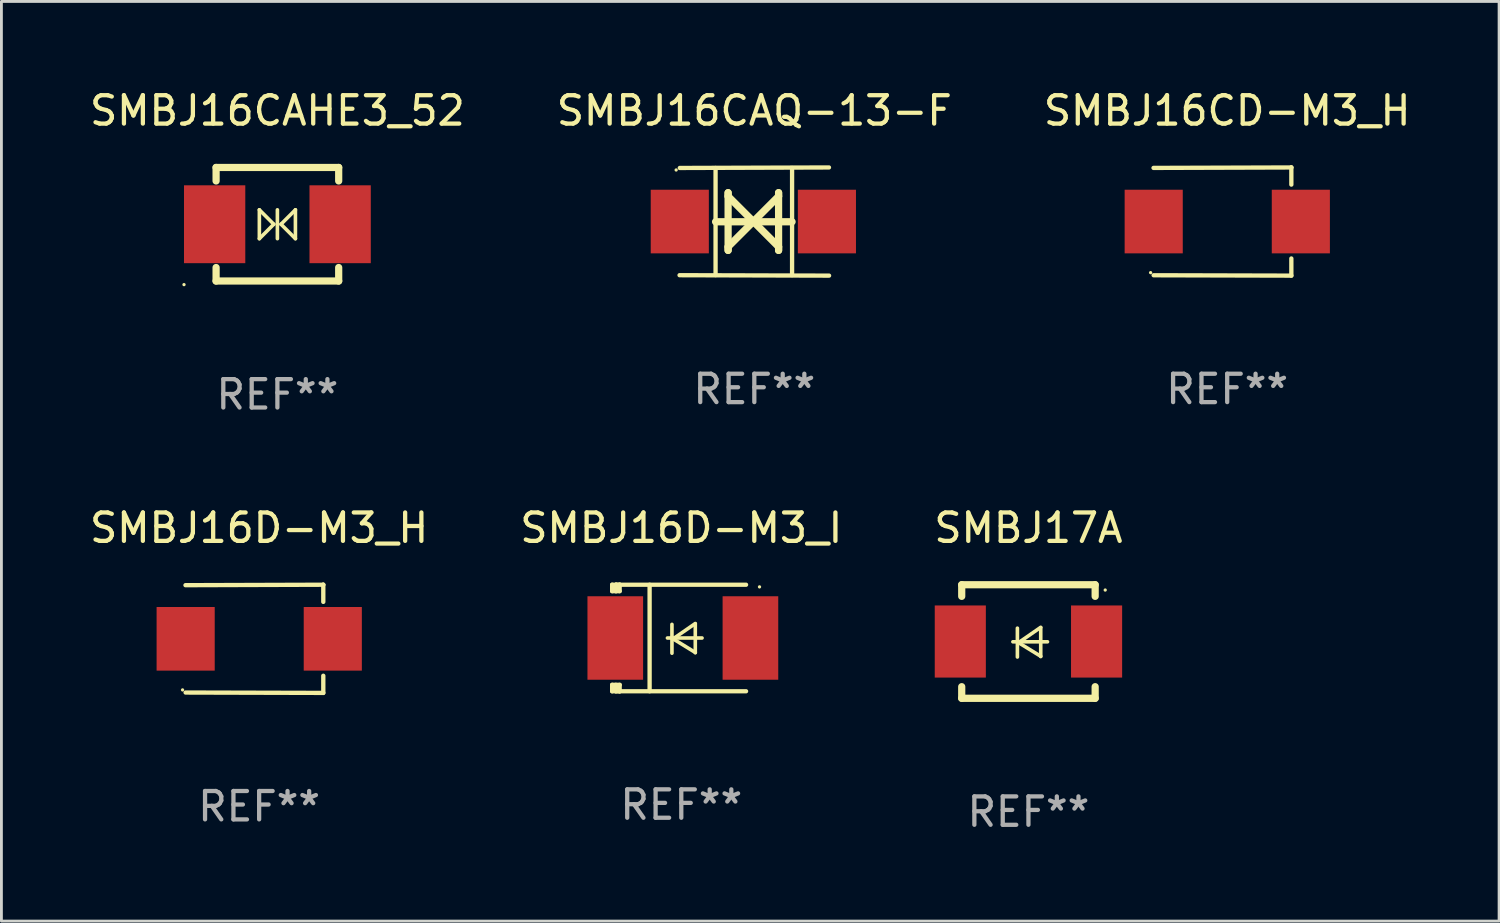
<source format=kicad_pcb>
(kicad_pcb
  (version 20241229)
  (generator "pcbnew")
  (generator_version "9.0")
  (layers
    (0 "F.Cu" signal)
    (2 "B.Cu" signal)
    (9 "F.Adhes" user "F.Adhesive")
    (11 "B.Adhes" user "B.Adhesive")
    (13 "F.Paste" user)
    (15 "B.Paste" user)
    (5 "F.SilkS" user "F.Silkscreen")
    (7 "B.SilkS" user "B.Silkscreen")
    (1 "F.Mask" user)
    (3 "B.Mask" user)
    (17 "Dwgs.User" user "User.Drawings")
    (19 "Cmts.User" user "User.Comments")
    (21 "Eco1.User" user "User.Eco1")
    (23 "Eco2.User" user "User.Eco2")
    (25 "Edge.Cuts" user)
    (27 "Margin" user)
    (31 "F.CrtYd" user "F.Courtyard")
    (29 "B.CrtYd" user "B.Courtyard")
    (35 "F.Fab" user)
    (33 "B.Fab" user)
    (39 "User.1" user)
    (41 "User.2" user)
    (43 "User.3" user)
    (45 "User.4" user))
  (footprint "SMBJ17A"
    (layer "F.Cu")
    (at 33.173 19.545)
    (property "Reference" "SMBJ17A" (at 0 -4 0) (layer "F.SilkS") (effects (font (size 1 1) (thickness 0.15))))
    (attr through_hole)
    (fp_line (start -2.35 -2) (end -2.35 -1.591) (stroke (width 0.254) (type solid)) (layer "F.SilkS"))
    (fp_line (start -2.35 -2) (end 2.35 -2) (stroke (width 0.254) (type solid)) (layer "F.SilkS"))
    (fp_line (start -2.35 1.591) (end -2.35 2) (stroke (width 0.254) (type solid)) (layer "F.SilkS"))
    (fp_line (start -2.35 2) (end 2.35 2) (stroke (width 0.254) (type solid)) (layer "F.SilkS"))
    (fp_line (start -0.548 0.01) (end 0.671 0.01) (stroke (width 0.127) (type solid)) (layer "F.SilkS"))
    (fp_line (start -0.389 -0.47) (end -0.389 0.546) (stroke (width 0.127) (type solid)) (layer "F.SilkS"))
    (fp_line (start -0.35 0.04) (end 0.433 0.52) (stroke (width 0.127) (type solid)) (layer "F.SilkS"))
    (fp_line (start 0.433 -0.5) (end -0.35 0.04) (stroke (width 0.127) (type solid)) (layer "F.SilkS"))
    (fp_line (start 0.433 0.53) (end 0.433 -0.486) (stroke (width 0.127) (type solid)) (layer "F.SilkS"))
    (fp_line (start 2.35 -2) (end 2.35 -1.591) (stroke (width 0.254) (type solid)) (layer "F.SilkS"))
    (fp_line (start 2.35 1.591) (end 2.35 2) (stroke (width 0.254) (type solid)) (layer "F.SilkS"))
    (fp_circle (center 2.704 -1.813) (end 2.734 -1.813) (stroke (width 0.06) (type solid)) (fill no) (layer "F.SilkS"))
    (fp_text user "REF**" (at 0 6 0) (layer "F.Fab") (effects (font (size 1 1) (thickness 0.15))))
    (pad "1" smd rect (at 2.4 0) (size 1.8 2.54) (layers "F.Cu" "F.Mask" "F.Paste"))
    (pad "2" smd rect (at -2.4 0) (size 1.8 2.54) (layers "F.Cu" "F.Mask" "F.Paste")))
  (footprint "SMBJ16D-M3_I"
    (layer "F.Cu")
    (at 20.946 19.421)
    (property "Reference" "SMBJ16D-M3_I" (at 0 -3.876 0) (layer "F.SilkS") (effects (font (size 1 1) (thickness 0.15))))
    (attr through_hole)
    (fp_line (start -2.435 1.65) (end -2.171 1.65) (stroke (width 0.152) (type solid)) (layer "F.SilkS"))
    (fp_line (start -2.435 1.876) (end -2.435 1.65) (stroke (width 0.152) (type solid)) (layer "F.SilkS"))
    (fp_line (start -2.435 -1.876) (end -2.171 -1.876) (stroke (width 0.152) (type solid)) (layer "F.SilkS"))
    (fp_line (start -2.435 -1.65) (end -2.435 -1.876) (stroke (width 0.152) (type solid)) (layer "F.SilkS"))
    (fp_line (start -2.305 -1.866) (end -2.295 -1.876) (stroke (width 0.152) (type solid)) (layer "F.SilkS"))
    (fp_line (start -2.305 -1.65) (end -2.305 -1.866) (stroke (width 0.152) (type solid)) (layer "F.SilkS"))
    (fp_line (start -2.305 1.876) (end -2.305 1.65) (stroke (width 0.152) (type solid)) (layer "F.SilkS"))
    (fp_line (start -2.295 -1.876) (end -2.295 -1.65) (stroke (width 0.152) (type solid)) (layer "F.SilkS"))
    (fp_line (start -2.171 1.876) (end -2.435 1.876) (stroke (width 0.152) (type solid)) (layer "F.SilkS"))
    (fp_line (start -2.171 -1.65) (end -2.435 -1.65) (stroke (width 0.152) (type solid)) (layer "F.SilkS"))
    (fp_line (start -2.171 -1.876) (end -2.295 -1.876) (stroke (width 0.152) (type solid)) (layer "F.SilkS"))
    (fp_line (start -2.171 -1.65) (end -2.171 -1.876) (stroke (width 0.152) (type solid)) (layer "F.SilkS"))
    (fp_line (start -2.171 1.876) (end -2.305 1.876) (stroke (width 0.152) (type solid)) (layer "F.SilkS"))
    (fp_line (start -2.171 1.876) (end -2.171 1.65) (stroke (width 0.152) (type solid)) (layer "F.SilkS"))
    (fp_line (start -1.116 1.876) (end -1.116 -1.876) (stroke (width 0.152) (type solid)) (layer "F.SilkS"))
    (fp_line (start -0.488 0.000102) (end 0.731 0.000102) (stroke (width 0.127) (type solid)) (layer "F.SilkS"))
    (fp_line (start -0.329 -0.48) (end -0.329 0.536) (stroke (width 0.127) (type solid)) (layer "F.SilkS"))
    (fp_line (start -0.29 0.03) (end 0.493 0.51) (stroke (width 0.127) (type solid)) (layer "F.SilkS"))
    (fp_line (start 0.493 -0.51) (end -0.29 0.03) (stroke (width 0.127) (type solid)) (layer "F.SilkS"))
    (fp_line (start 0.493 0.52) (end 0.493 -0.496) (stroke (width 0.127) (type solid)) (layer "F.SilkS"))
    (fp_line (start 2.281 -1.876) (end -2.171 -1.876) (stroke (width 0.152) (type solid)) (layer "F.SilkS"))
    (fp_line (start 2.281 1.876) (end -2.171 1.876) (stroke (width 0.152) (type solid)) (layer "F.SilkS"))
    (fp_circle (center 2.755 -1.8) (end 2.785 -1.8) (stroke (width 0.06) (type solid)) (fill no) (layer "F.SilkS"))
    (fp_text user "REF**" (at 0 5.876 0) (layer "F.Fab") (effects (font (size 1 1) (thickness 0.15))))
    (pad "1" smd rect (at 2.435 -0.000025 180) (size 1.96 2.94) (layers "F.Cu" "F.Mask" "F.Paste"))
    (pad "2" smd rect (at -2.325 -0.000025 180) (size 1.96 2.94) (layers "F.Cu" "F.Mask" "F.Paste")))
  (footprint "SMBJ16CAHE3_52"
    (layer "F.Cu")
    (at 6.72 4.848)
    (property "Reference" "SMBJ16CAHE3_52" (at 0 -4 0) (layer "F.SilkS") (effects (font (size 1 1) (thickness 0.15))))
    (attr through_hole)
    (fp_line (start -2.159 -2) (end 2.159 -2) (stroke (width 0.254) (type solid)) (layer "F.SilkS"))
    (fp_line (start -2.159 -1.524) (end -2.159 -2) (stroke (width 0.254) (type solid)) (layer "F.SilkS"))
    (fp_line (start -2.159 1.524) (end -2.159 2) (stroke (width 0.254) (type solid)) (layer "F.SilkS"))
    (fp_line (start -2.159 2) (end 2.159 2) (stroke (width 0.254) (type solid)) (layer "F.SilkS"))
    (fp_line (start -0.635 -0.508) (end -0.127 0) (stroke (width 0.127) (type solid)) (layer "F.SilkS"))
    (fp_line (start -0.635 0.508) (end -0.635 -0.508) (stroke (width 0.127) (type solid)) (layer "F.SilkS"))
    (fp_line (start -0.127 0) (end -0.635 0.508) (stroke (width 0.127) (type solid)) (layer "F.SilkS"))
    (fp_line (start 0 0.508) (end 0 -0.508) (stroke (width 0.127) (type solid)) (layer "F.SilkS"))
    (fp_line (start 0.127 0) (end 0.635 -0.508) (stroke (width 0.127) (type solid)) (layer "F.SilkS"))
    (fp_line (start 0.635 -0.508) (end 0.635 0.508) (stroke (width 0.127) (type solid)) (layer "F.SilkS"))
    (fp_line (start 0.635 0.508) (end 0.127 0) (stroke (width 0.127) (type solid)) (layer "F.SilkS"))
    (fp_line (start 2.159 -2) (end 2.159 -1.524) (stroke (width 0.254) (type solid)) (layer "F.SilkS"))
    (fp_line (start 2.159 2) (end 2.159 1.524) (stroke (width 0.254) (type solid)) (layer "F.SilkS"))
    (fp_circle (center -3.289 2.127) (end -3.259 2.127) (stroke (width 0.06) (type solid)) (fill no) (layer "F.SilkS"))
    (fp_text user "REF**" (at 0 6 0) (layer "F.Fab") (effects (font (size 1 1) (thickness 0.15))))
    (pad "1" smd rect (at -2.21 0 180) (size 2.159 2.743) (layers "F.Cu" "F.Mask" "F.Paste"))
    (pad "2" smd rect (at 2.21 0 180) (size 2.159 2.743) (layers "F.Cu" "F.Mask" "F.Paste")))
  (footprint "SMBJ16D-M3_H"
    (layer "F.Cu")
    (at 6.077 19.45)
    (property "Reference" "SMBJ16D-M3_H" (at 0 -3.905 0) (layer "F.SilkS") (effects (font (size 1 1) (thickness 0.15))))
    (attr through_hole)
    (fp_line (start 2.256 -1.905) (end -2.594 -1.889) (stroke (width 0.152) (type solid)) (layer "F.SilkS"))
    (fp_line (start 2.256 -1.905) (end 2.26 -1.905) (stroke (width 0.152) (type solid)) (layer "F.SilkS"))
    (fp_line (start 2.26 -1.905) (end 2.26 -1.301) (stroke (width 0.152) (type solid)) (layer "F.SilkS"))
    (fp_line (start 2.26 1.301) (end 2.26 1.905) (stroke (width 0.152) (type solid)) (layer "F.SilkS"))
    (fp_line (start 2.26 1.905) (end -2.59 1.892) (stroke (width 0.152) (type solid)) (layer "F.SilkS"))
    (fp_circle (center -2.697 1.8) (end -2.667 1.8) (stroke (width 0.06) (type solid)) (fill no) (layer "F.SilkS"))
    (fp_text user "REF**" (at 0 5.905 0) (layer "F.Fab") (effects (font (size 1 1) (thickness 0.15))))
    (pad "1" smd rect (at -2.588 0) (size 2.047 2.241) (layers "F.Cu" "F.Mask" "F.Paste"))
    (pad "2" smd rect (at 2.594 0) (size 2.047 2.241) (layers "F.Cu" "F.Mask" "F.Paste")))
  (footprint "SMBJ16CAQ-13-F"
    (layer "F.Cu")
    (at 23.518 4.753)
    (property "Reference" "SMBJ16CAQ-13-F" (at 0 -3.905 0) (layer "F.SilkS") (effects (font (size 1 1) (thickness 0.15))))
    (attr through_hole)
    (fp_line (start -1.365 1.886) (end -1.365 -1.886) (stroke (width 0.152) (type solid)) (layer "F.SilkS"))
    (fp_line (start -1.365 0.008) (end 1.33 0.008) (stroke (width 0.254) (type solid)) (layer "F.SilkS"))
    (fp_line (start -0.923 -1.016) (end -0.923 1.016) (stroke (width 0.254) (type solid)) (layer "F.SilkS"))
    (fp_line (start -0.923 -0.889) (end -0.923 -1.016) (stroke (width 0.254) (type solid)) (layer "F.SilkS"))
    (fp_line (start -0.923 0.889) (end -0.034 0) (stroke (width 0.254) (type solid)) (layer "F.SilkS"))
    (fp_line (start -0.923 1.016) (end -0.923 0.889) (stroke (width 0.254) (type solid)) (layer "F.SilkS"))
    (fp_line (start -0.034 0) (end -0.923 -0.889) (stroke (width 0.254) (type solid)) (layer "F.SilkS"))
    (fp_line (start -0.034 0) (end 0.855 0.889) (stroke (width 0.254) (type solid)) (layer "F.SilkS"))
    (fp_line (start 0.855 -1.016) (end 0.855 -0.889) (stroke (width 0.254) (type solid)) (layer "F.SilkS"))
    (fp_line (start 0.855 -0.889) (end -0.034 0) (stroke (width 0.254) (type solid)) (layer "F.SilkS"))
    (fp_line (start 0.855 0.889) (end 0.855 1.016) (stroke (width 0.254) (type solid)) (layer "F.SilkS"))
    (fp_line (start 0.855 1.016) (end 0.855 -1.016) (stroke (width 0.254) (type solid)) (layer "F.SilkS"))
    (fp_line (start 1.33 1.886) (end 1.33 -1.886) (stroke (width 0.152) (type solid)) (layer "F.SilkS"))
    (fp_line (start 2.629 -1.905) (end -2.625 -1.887) (stroke (width 0.152) (type solid)) (layer "F.SilkS"))
    (fp_line (start 2.633 1.905) (end -2.633 1.89) (stroke (width 0.152) (type solid)) (layer "F.SilkS"))
    (fp_circle (center -2.753 -1.816) (end -2.723 -1.816) (stroke (width 0.06) (type solid)) (fill no) (layer "F.SilkS"))
    (fp_text user "REF**" (at 0 5.905 0) (layer "F.Fab") (effects (font (size 1 1) (thickness 0.15))))
    (pad "1" smd rect (at -2.625 0) (size 2.047 2.241) (layers "F.Cu" "F.Mask" "F.Paste"))
    (pad "2" smd rect (at 2.557 0) (size 2.047 2.241) (layers "F.Cu" "F.Mask" "F.Paste")))
  (footprint "SMBJ16CD-M3_H"
    (layer "F.Cu")
    (at 40.173 4.753)
    (property "Reference" "SMBJ16CD-M3_H" (at 0 -3.905 0) (layer "F.SilkS") (effects (font (size 1 1) (thickness 0.15))))
    (attr through_hole)
    (fp_line (start 2.256 -1.905) (end -2.594 -1.889) (stroke (width 0.152) (type solid)) (layer "F.SilkS"))
    (fp_line (start 2.256 -1.905) (end 2.26 -1.905) (stroke (width 0.152) (type solid)) (layer "F.SilkS"))
    (fp_line (start 2.26 -1.905) (end 2.26 -1.301) (stroke (width 0.152) (type solid)) (layer "F.SilkS"))
    (fp_line (start 2.26 1.301) (end 2.26 1.905) (stroke (width 0.152) (type solid)) (layer "F.SilkS"))
    (fp_line (start 2.26 1.905) (end -2.59 1.892) (stroke (width 0.152) (type solid)) (layer "F.SilkS"))
    (fp_circle (center -2.697 1.8) (end -2.667 1.8) (stroke (width 0.06) (type solid)) (fill no) (layer "F.SilkS"))
    (fp_text user "REF**" (at 0 5.905 0) (layer "F.Fab") (effects (font (size 1 1) (thickness 0.15))))
    (pad "1" smd rect (at -2.588 0) (size 2.047 2.241) (layers "F.Cu" "F.Mask" "F.Paste"))
    (pad "2" smd rect (at 2.594 0) (size 2.047 2.241) (layers "F.Cu" "F.Mask" "F.Paste")))
  (gr_rect
    (start -3 -3)
    (end 49.75 29.393)
    (stroke (width 0.1) (type default))
    (fill no)
    (layer "Edge.Cuts")))
</source>
